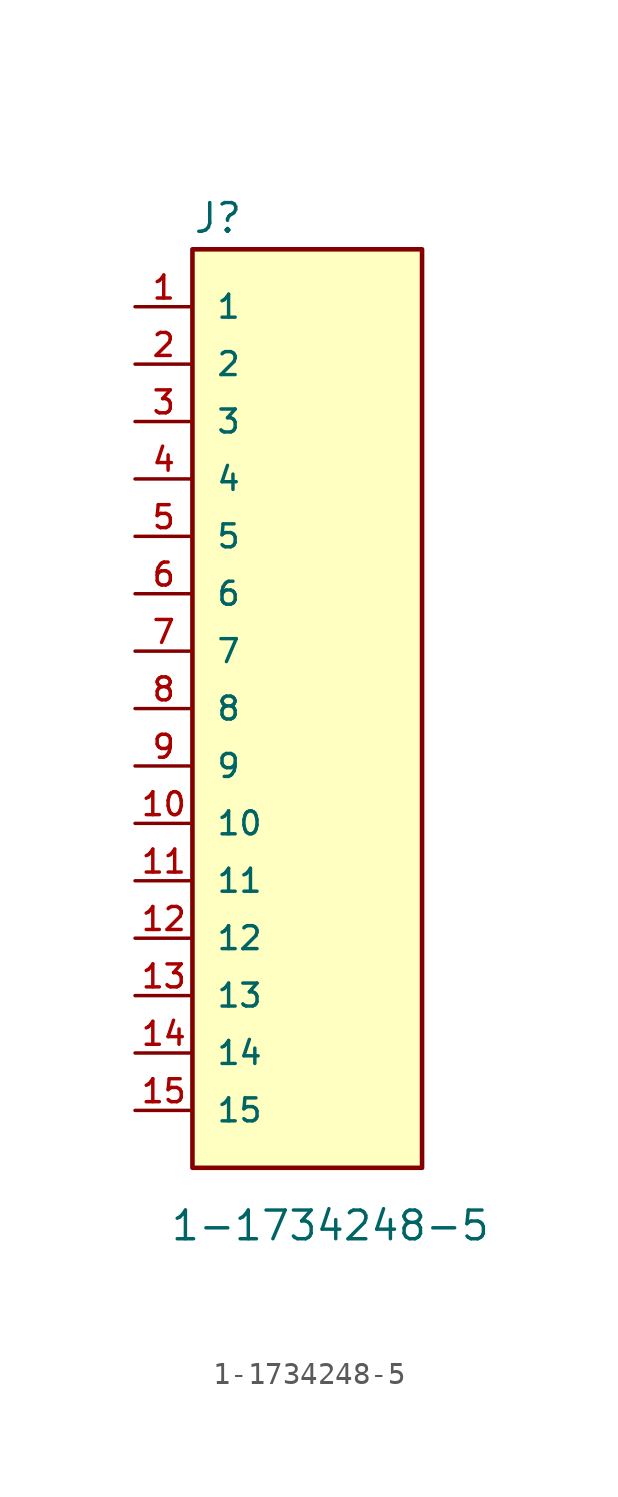
<source format=kicad_sym>
(kicad_symbol_lib
  (version 20241209)
  (generator "kicad_symbol_editor")
  (generator_version "9.0")
  (symbol "1-1734248-5"
    (pin_names
      (offset 1.016))
    (property "Reference" "J"
      (at -5.08 20.955 0)
      (effects (font (size 1.27 1.27)) (justify left bottom)))
    (property "Value" "1-1734248-5"
      (at -6.096 -23.622 0)
      (effects (font (size 1.27 1.27)) (justify left bottom)))
    (symbol "1-1734248-5_0_0"
      (rectangle (start -5.08 20.32) (end 5.08 -20.32) (stroke (width 0.203) (type default)) (fill (type background)))
      (pin passive line (at -7.62 17.78 0) (length 2.54) (name "1" (effects (font (size 1.016 1.016)))) (number "1" (effects (font (size 1.016 1.016)))))
      (pin passive line (at -7.62 17.78 0) (length 2.54) (hide yes) (name "1__1" (effects (font (size 1.016 1.016)))) (number "1_1" (effects (font (size 1.016 1.016)))))
      (pin passive line (at -7.62 15.24 0) (length 2.54) (name "2" (effects (font (size 1.016 1.016)))) (number "2" (effects (font (size 1.016 1.016)))))
      (pin passive line (at -7.62 15.24 0) (length 2.54) (hide yes) (name "2__1" (effects (font (size 1.016 1.016)))) (number "2_1" (effects (font (size 1.016 1.016)))))
      (pin passive line (at -7.62 12.7 0) (length 2.54) (name "3" (effects (font (size 1.016 1.016)))) (number "3" (effects (font (size 1.016 1.016)))))
      (pin passive line (at -7.62 12.7 0) (length 2.54) (hide yes) (name "3__1" (effects (font (size 1.016 1.016)))) (number "3_1" (effects (font (size 1.016 1.016)))))
      (pin passive line (at -7.62 10.16 0) (length 2.54) (name "4" (effects (font (size 1.016 1.016)))) (number "4" (effects (font (size 1.016 1.016)))))
      (pin passive line (at -7.62 10.16 0) (length 2.54) (hide yes) (name "4__1" (effects (font (size 1.016 1.016)))) (number "4_1" (effects (font (size 1.016 1.016)))))
      (pin passive line (at -7.62 7.62 0) (length 2.54) (name "5" (effects (font (size 1.016 1.016)))) (number "5" (effects (font (size 1.016 1.016)))))
      (pin passive line (at -7.62 7.62 0) (length 2.54) (hide yes) (name "5__1" (effects (font (size 1.016 1.016)))) (number "5_1" (effects (font (size 1.016 1.016)))))
      (pin passive line (at -7.62 5.08 0) (length 2.54) (name "6" (effects (font (size 1.016 1.016)))) (number "6" (effects (font (size 1.016 1.016)))))
      (pin passive line (at -7.62 5.08 0) (length 2.54) (hide yes) (name "6__1" (effects (font (size 1.016 1.016)))) (number "6_1" (effects (font (size 1.016 1.016)))))
      (pin passive line (at -7.62 2.54 0) (length 2.54) (name "7" (effects (font (size 1.016 1.016)))) (number "7" (effects (font (size 1.016 1.016)))))
      (pin passive line (at -7.62 2.54 0) (length 2.54) (hide yes) (name "7__1" (effects (font (size 1.016 1.016)))) (number "7_1" (effects (font (size 1.016 1.016)))))
      (pin passive line (at -7.62 0 0) (length 2.54) (name "8" (effects (font (size 1.016 1.016)))) (number "8" (effects (font (size 1.016 1.016)))))
      (pin passive line (at -7.62 0 0) (length 2.54) (hide yes) (name "8__1" (effects (font (size 1.016 1.016)))) (number "8_1" (effects (font (size 1.016 1.016)))))
      (pin passive line (at -7.62 -2.54 0) (length 2.54) (name "9" (effects (font (size 1.016 1.016)))) (number "9" (effects (font (size 1.016 1.016)))))
      (pin passive line (at -7.62 -2.54 0) (length 2.54) (hide yes) (name "9__1" (effects (font (size 1.016 1.016)))) (number "9_1" (effects (font (size 1.016 1.016)))))
      (pin passive line (at -7.62 -5.08 0) (length 2.54) (name "10" (effects (font (size 1.016 1.016)))) (number "10" (effects (font (size 1.016 1.016)))))
      (pin passive line (at -7.62 -5.08 0) (length 2.54) (hide yes) (name "10__1" (effects (font (size 1.016 1.016)))) (number "10_1" (effects (font (size 1.016 1.016)))))
      (pin passive line (at -7.62 -7.62 0) (length 2.54) (name "11" (effects (font (size 1.016 1.016)))) (number "11" (effects (font (size 1.016 1.016)))))
      (pin passive line (at -7.62 -7.62 0) (length 2.54) (hide yes) (name "11__1" (effects (font (size 1.016 1.016)))) (number "11_1" (effects (font (size 1.016 1.016)))))
      (pin passive line (at -7.62 -10.16 0) (length 2.54) (name "12" (effects (font (size 1.016 1.016)))) (number "12" (effects (font (size 1.016 1.016)))))
      (pin passive line (at -7.62 -10.16 0) (length 2.54) (hide yes) (name "12__1" (effects (font (size 1.016 1.016)))) (number "12_1" (effects (font (size 1.016 1.016)))))
      (pin passive line (at -7.62 -12.7 0) (length 2.54) (name "13" (effects (font (size 1.016 1.016)))) (number "13" (effects (font (size 1.016 1.016)))))
      (pin passive line (at -7.62 -12.7 0) (length 2.54) (hide yes) (name "13__1" (effects (font (size 1.016 1.016)))) (number "13_1" (effects (font (size 1.016 1.016)))))
      (pin passive line (at -7.62 -15.24 0) (length 2.54) (name "14" (effects (font (size 1.016 1.016)))) (number "14" (effects (font (size 1.016 1.016)))))
      (pin passive line (at -7.62 -15.24 0) (length 2.54) (hide yes) (name "14__1" (effects (font (size 1.016 1.016)))) (number "14_1" (effects (font (size 1.016 1.016)))))
      (pin passive line (at -7.62 -17.78 0) (length 2.54) (name "15" (effects (font (size 1.016 1.016)))) (number "15" (effects (font (size 1.016 1.016)))))
      (pin passive line (at -7.62 -17.78 0) (length 2.54) (hide yes) (name "15__1" (effects (font (size 1.016 1.016)))) (number "15_1" (effects (font (size 1.016 1.016))))))))
</source>
